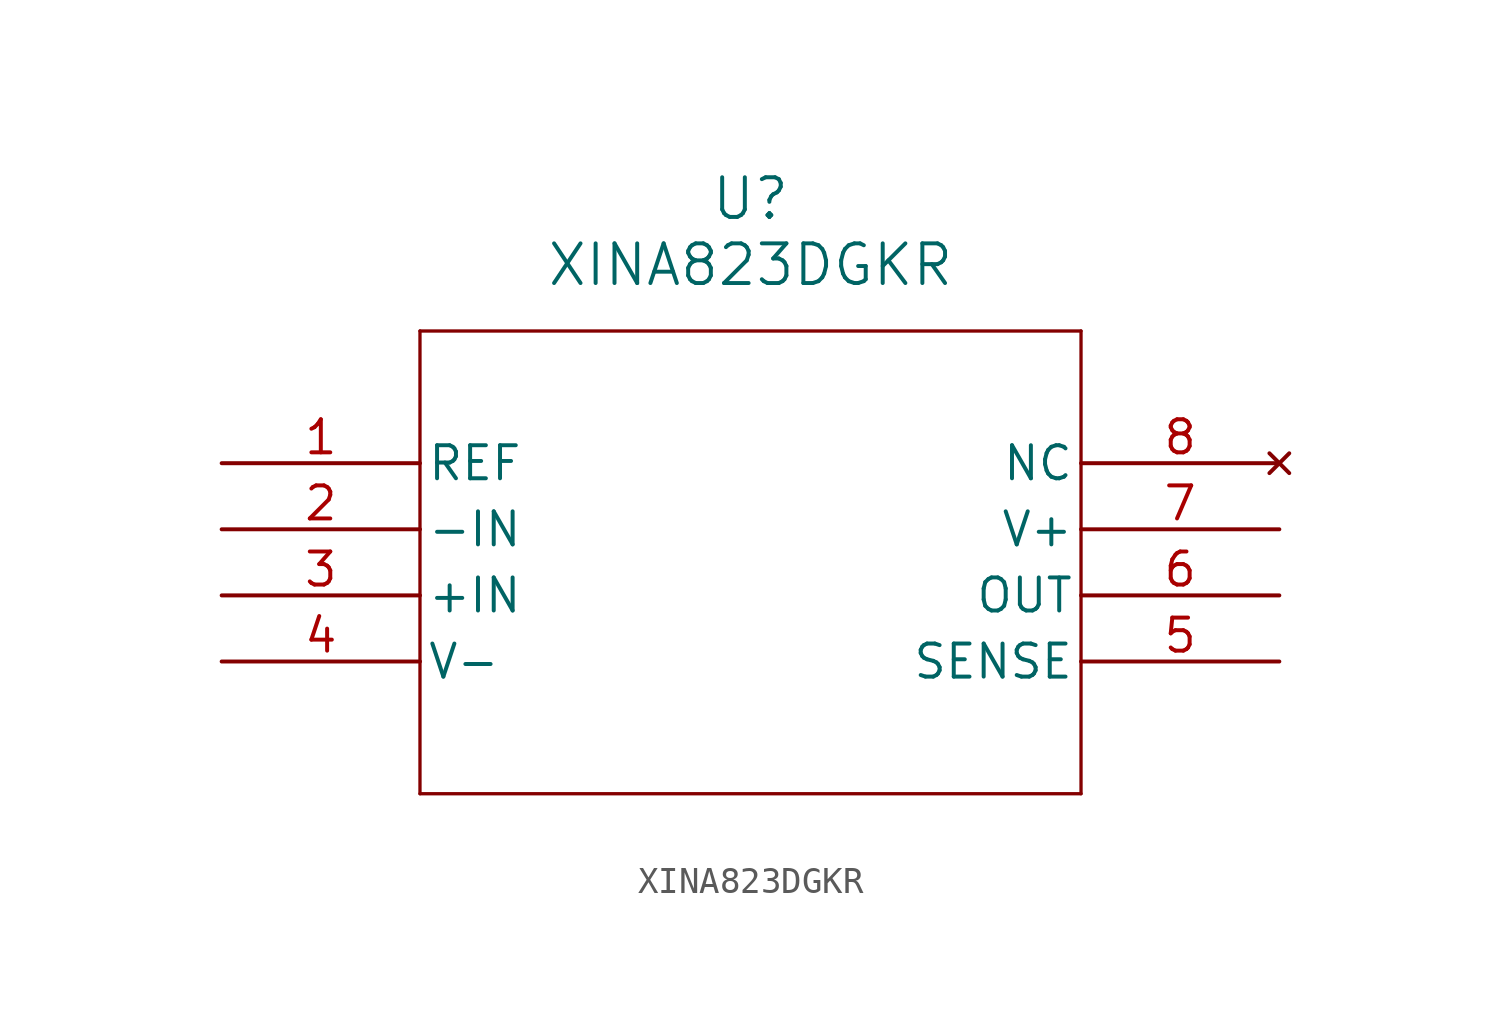
<source format=kicad_sym>
(kicad_symbol_lib
  (version 20211014)
  (generator kicad_symbol_editor)
  (symbol "XINA823DGKR"
    (pin_names
      (offset 0.254))
    (property "Reference" "U"
      (at 20.32 10.16 0)
      (effects (font (size 1.524 1.524))))
    (property "Value" "XINA823DGKR"
      (at 20.32 7.62 0)
      (effects (font (size 1.524 1.524))))
    (symbol "XINA823DGKR_0_1"
      (polyline (pts (xy 7.62 5.08) (xy 7.62 -12.7)) (stroke (width 0.127) (type default) (color 0 0 0 0)) (fill (type none)))
      (polyline (pts (xy 7.62 -12.7) (xy 33.02 -12.7)) (stroke (width 0.127) (type default) (color 0 0 0 0)) (fill (type none)))
      (polyline (pts (xy 33.02 -12.7) (xy 33.02 5.08)) (stroke (width 0.127) (type default) (color 0 0 0 0)) (fill (type none)))
      (polyline (pts (xy 33.02 5.08) (xy 7.62 5.08)) (stroke (width 0.127) (type default) (color 0 0 0 0)) (fill (type none)))
      (pin input line (at 0 0 0) (length 7.62) (name "REF" (effects (font (size 1.27 1.27)))) (number "1" (effects (font (size 1.27 1.27)))))
      (pin input line (at 0 -2.54 0) (length 7.62) (name "-IN" (effects (font (size 1.27 1.27)))) (number "2" (effects (font (size 1.27 1.27)))))
      (pin input line (at 0 -5.08 0) (length 7.62) (name "+IN" (effects (font (size 1.27 1.27)))) (number "3" (effects (font (size 1.27 1.27)))))
      (pin power_in line (at 0 -7.62 0) (length 7.62) (name "V-" (effects (font (size 1.27 1.27)))) (number "4" (effects (font (size 1.27 1.27)))))
      (pin input line (at 40.64 -7.62 180) (length 7.62) (name "SENSE" (effects (font (size 1.27 1.27)))) (number "5" (effects (font (size 1.27 1.27)))))
      (pin output line (at 40.64 -5.08 180) (length 7.62) (name "OUT" (effects (font (size 1.27 1.27)))) (number "6" (effects (font (size 1.27 1.27)))))
      (pin power_in line (at 40.64 -2.54 180) (length 7.62) (name "V+" (effects (font (size 1.27 1.27)))) (number "7" (effects (font (size 1.27 1.27)))))
      (pin no_connect line (at 40.64 0 180) (length 7.62) (name "NC" (effects (font (size 1.27 1.27)))) (number "8" (effects (font (size 1.27 1.27))))))))
</source>
